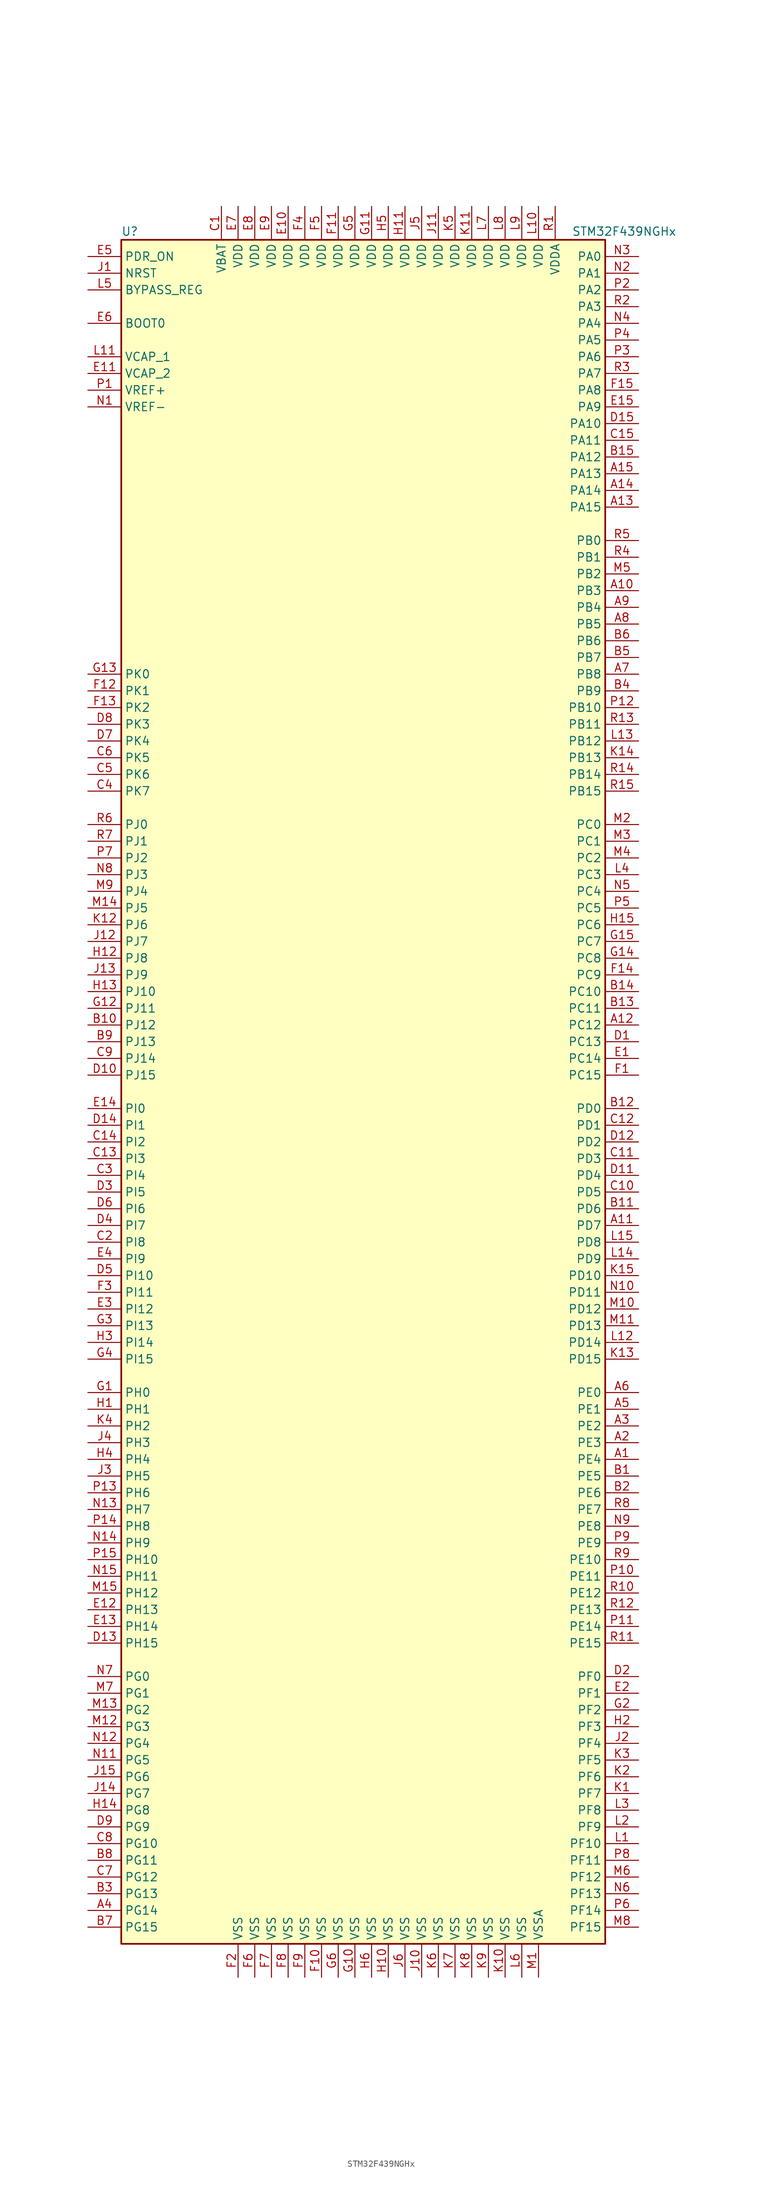
<source format=kicad_sym>
(kicad_symbol_lib
  (version 20211014)
  (generator kicad_symbol_editor)
  (symbol "STM32F439NGHx"
    (property "Reference" "U"
      (at -38.1 130.81 0)
      (effects (font (size 1.27 1.27)) (justify left)))
    (property "Value" "STM32F439NGHx"
      (at 30.48 130.81 0)
      (effects (font (size 1.27 1.27)) (justify left)))
    (symbol "STM32F439NGHx_0_1"
      (rectangle (start -38.1 -129.54) (end 35.56 129.54) (stroke (width 0.254) (type default) (color 0 0 0 0)) (fill (type background))))
    (symbol "STM32F439NGHx_1_1"
      (pin bidirectional line (at 40.64 -55.88 180) (length 5.08) (name "PE4" (effects (font (size 1.27 1.27)))) (number "A1" (effects (font (size 1.27 1.27)))))
      (pin bidirectional line (at 40.64 76.2 180) (length 5.08) (name "PB3" (effects (font (size 1.27 1.27)))) (number "A10" (effects (font (size 1.27 1.27)))))
      (pin bidirectional line (at 40.64 -20.32 180) (length 5.08) (name "PD7" (effects (font (size 1.27 1.27)))) (number "A11" (effects (font (size 1.27 1.27)))))
      (pin bidirectional line (at 40.64 10.16 180) (length 5.08) (name "PC12" (effects (font (size 1.27 1.27)))) (number "A12" (effects (font (size 1.27 1.27)))))
      (pin bidirectional line (at 40.64 88.9 180) (length 5.08) (name "PA15" (effects (font (size 1.27 1.27)))) (number "A13" (effects (font (size 1.27 1.27)))))
      (pin bidirectional line (at 40.64 91.44 180) (length 5.08) (name "PA14" (effects (font (size 1.27 1.27)))) (number "A14" (effects (font (size 1.27 1.27)))))
      (pin bidirectional line (at 40.64 93.98 180) (length 5.08) (name "PA13" (effects (font (size 1.27 1.27)))) (number "A15" (effects (font (size 1.27 1.27)))))
      (pin bidirectional line (at 40.64 -53.34 180) (length 5.08) (name "PE3" (effects (font (size 1.27 1.27)))) (number "A2" (effects (font (size 1.27 1.27)))))
      (pin bidirectional line (at 40.64 -50.8 180) (length 5.08) (name "PE2" (effects (font (size 1.27 1.27)))) (number "A3" (effects (font (size 1.27 1.27)))))
      (pin bidirectional line (at -43.18 -124.46 0) (length 5.08) (name "PG14" (effects (font (size 1.27 1.27)))) (number "A4" (effects (font (size 1.27 1.27)))))
      (pin bidirectional line (at 40.64 -48.26 180) (length 5.08) (name "PE1" (effects (font (size 1.27 1.27)))) (number "A5" (effects (font (size 1.27 1.27)))))
      (pin bidirectional line (at 40.64 -45.72 180) (length 5.08) (name "PE0" (effects (font (size 1.27 1.27)))) (number "A6" (effects (font (size 1.27 1.27)))))
      (pin bidirectional line (at 40.64 63.5 180) (length 5.08) (name "PB8" (effects (font (size 1.27 1.27)))) (number "A7" (effects (font (size 1.27 1.27)))))
      (pin bidirectional line (at 40.64 71.12 180) (length 5.08) (name "PB5" (effects (font (size 1.27 1.27)))) (number "A8" (effects (font (size 1.27 1.27)))))
      (pin bidirectional line (at 40.64 73.66 180) (length 5.08) (name "PB4" (effects (font (size 1.27 1.27)))) (number "A9" (effects (font (size 1.27 1.27)))))
      (pin bidirectional line (at 40.64 -58.42 180) (length 5.08) (name "PE5" (effects (font (size 1.27 1.27)))) (number "B1" (effects (font (size 1.27 1.27)))))
      (pin bidirectional line (at -43.18 10.16 0) (length 5.08) (name "PJ12" (effects (font (size 1.27 1.27)))) (number "B10" (effects (font (size 1.27 1.27)))))
      (pin bidirectional line (at 40.64 -17.78 180) (length 5.08) (name "PD6" (effects (font (size 1.27 1.27)))) (number "B11" (effects (font (size 1.27 1.27)))))
      (pin bidirectional line (at 40.64 -2.54 180) (length 5.08) (name "PD0" (effects (font (size 1.27 1.27)))) (number "B12" (effects (font (size 1.27 1.27)))))
      (pin bidirectional line (at 40.64 12.7 180) (length 5.08) (name "PC11" (effects (font (size 1.27 1.27)))) (number "B13" (effects (font (size 1.27 1.27)))))
      (pin bidirectional line (at 40.64 15.24 180) (length 5.08) (name "PC10" (effects (font (size 1.27 1.27)))) (number "B14" (effects (font (size 1.27 1.27)))))
      (pin bidirectional line (at 40.64 96.52 180) (length 5.08) (name "PA12" (effects (font (size 1.27 1.27)))) (number "B15" (effects (font (size 1.27 1.27)))))
      (pin bidirectional line (at 40.64 -60.96 180) (length 5.08) (name "PE6" (effects (font (size 1.27 1.27)))) (number "B2" (effects (font (size 1.27 1.27)))))
      (pin bidirectional line (at -43.18 -121.92 0) (length 5.08) (name "PG13" (effects (font (size 1.27 1.27)))) (number "B3" (effects (font (size 1.27 1.27)))))
      (pin bidirectional line (at 40.64 60.96 180) (length 5.08) (name "PB9" (effects (font (size 1.27 1.27)))) (number "B4" (effects (font (size 1.27 1.27)))))
      (pin bidirectional line (at 40.64 66.04 180) (length 5.08) (name "PB7" (effects (font (size 1.27 1.27)))) (number "B5" (effects (font (size 1.27 1.27)))))
      (pin bidirectional line (at 40.64 68.58 180) (length 5.08) (name "PB6" (effects (font (size 1.27 1.27)))) (number "B6" (effects (font (size 1.27 1.27)))))
      (pin bidirectional line (at -43.18 -127 0) (length 5.08) (name "PG15" (effects (font (size 1.27 1.27)))) (number "B7" (effects (font (size 1.27 1.27)))))
      (pin bidirectional line (at -43.18 -116.84 0) (length 5.08) (name "PG11" (effects (font (size 1.27 1.27)))) (number "B8" (effects (font (size 1.27 1.27)))))
      (pin bidirectional line (at -43.18 7.62 0) (length 5.08) (name "PJ13" (effects (font (size 1.27 1.27)))) (number "B9" (effects (font (size 1.27 1.27)))))
      (pin power_in line (at -22.86 134.62 270) (length 5.08) (name "VBAT" (effects (font (size 1.27 1.27)))) (number "C1" (effects (font (size 1.27 1.27)))))
      (pin bidirectional line (at 40.64 -15.24 180) (length 5.08) (name "PD5" (effects (font (size 1.27 1.27)))) (number "C10" (effects (font (size 1.27 1.27)))))
      (pin bidirectional line (at 40.64 -10.16 180) (length 5.08) (name "PD3" (effects (font (size 1.27 1.27)))) (number "C11" (effects (font (size 1.27 1.27)))))
      (pin bidirectional line (at 40.64 -5.08 180) (length 5.08) (name "PD1" (effects (font (size 1.27 1.27)))) (number "C12" (effects (font (size 1.27 1.27)))))
      (pin bidirectional line (at -43.18 -10.16 0) (length 5.08) (name "PI3" (effects (font (size 1.27 1.27)))) (number "C13" (effects (font (size 1.27 1.27)))))
      (pin bidirectional line (at -43.18 -7.62 0) (length 5.08) (name "PI2" (effects (font (size 1.27 1.27)))) (number "C14" (effects (font (size 1.27 1.27)))))
      (pin bidirectional line (at 40.64 99.06 180) (length 5.08) (name "PA11" (effects (font (size 1.27 1.27)))) (number "C15" (effects (font (size 1.27 1.27)))))
      (pin bidirectional line (at -43.18 -22.86 0) (length 5.08) (name "PI8" (effects (font (size 1.27 1.27)))) (number "C2" (effects (font (size 1.27 1.27)))))
      (pin bidirectional line (at -43.18 -12.7 0) (length 5.08) (name "PI4" (effects (font (size 1.27 1.27)))) (number "C3" (effects (font (size 1.27 1.27)))))
      (pin bidirectional line (at -43.18 45.72 0) (length 5.08) (name "PK7" (effects (font (size 1.27 1.27)))) (number "C4" (effects (font (size 1.27 1.27)))))
      (pin bidirectional line (at -43.18 48.26 0) (length 5.08) (name "PK6" (effects (font (size 1.27 1.27)))) (number "C5" (effects (font (size 1.27 1.27)))))
      (pin bidirectional line (at -43.18 50.8 0) (length 5.08) (name "PK5" (effects (font (size 1.27 1.27)))) (number "C6" (effects (font (size 1.27 1.27)))))
      (pin bidirectional line (at -43.18 -119.38 0) (length 5.08) (name "PG12" (effects (font (size 1.27 1.27)))) (number "C7" (effects (font (size 1.27 1.27)))))
      (pin bidirectional line (at -43.18 -114.3 0) (length 5.08) (name "PG10" (effects (font (size 1.27 1.27)))) (number "C8" (effects (font (size 1.27 1.27)))))
      (pin bidirectional line (at -43.18 5.08 0) (length 5.08) (name "PJ14" (effects (font (size 1.27 1.27)))) (number "C9" (effects (font (size 1.27 1.27)))))
      (pin bidirectional line (at 40.64 7.62 180) (length 5.08) (name "PC13" (effects (font (size 1.27 1.27)))) (number "D1" (effects (font (size 1.27 1.27)))))
      (pin bidirectional line (at -43.18 2.54 0) (length 5.08) (name "PJ15" (effects (font (size 1.27 1.27)))) (number "D10" (effects (font (size 1.27 1.27)))))
      (pin bidirectional line (at 40.64 -12.7 180) (length 5.08) (name "PD4" (effects (font (size 1.27 1.27)))) (number "D11" (effects (font (size 1.27 1.27)))))
      (pin bidirectional line (at 40.64 -7.62 180) (length 5.08) (name "PD2" (effects (font (size 1.27 1.27)))) (number "D12" (effects (font (size 1.27 1.27)))))
      (pin bidirectional line (at -43.18 -83.82 0) (length 5.08) (name "PH15" (effects (font (size 1.27 1.27)))) (number "D13" (effects (font (size 1.27 1.27)))))
      (pin bidirectional line (at -43.18 -5.08 0) (length 5.08) (name "PI1" (effects (font (size 1.27 1.27)))) (number "D14" (effects (font (size 1.27 1.27)))))
      (pin bidirectional line (at 40.64 101.6 180) (length 5.08) (name "PA10" (effects (font (size 1.27 1.27)))) (number "D15" (effects (font (size 1.27 1.27)))))
      (pin bidirectional line (at 40.64 -88.9 180) (length 5.08) (name "PF0" (effects (font (size 1.27 1.27)))) (number "D2" (effects (font (size 1.27 1.27)))))
      (pin bidirectional line (at -43.18 -15.24 0) (length 5.08) (name "PI5" (effects (font (size 1.27 1.27)))) (number "D3" (effects (font (size 1.27 1.27)))))
      (pin bidirectional line (at -43.18 -20.32 0) (length 5.08) (name "PI7" (effects (font (size 1.27 1.27)))) (number "D4" (effects (font (size 1.27 1.27)))))
      (pin bidirectional line (at -43.18 -27.94 0) (length 5.08) (name "PI10" (effects (font (size 1.27 1.27)))) (number "D5" (effects (font (size 1.27 1.27)))))
      (pin bidirectional line (at -43.18 -17.78 0) (length 5.08) (name "PI6" (effects (font (size 1.27 1.27)))) (number "D6" (effects (font (size 1.27 1.27)))))
      (pin bidirectional line (at -43.18 53.34 0) (length 5.08) (name "PK4" (effects (font (size 1.27 1.27)))) (number "D7" (effects (font (size 1.27 1.27)))))
      (pin bidirectional line (at -43.18 55.88 0) (length 5.08) (name "PK3" (effects (font (size 1.27 1.27)))) (number "D8" (effects (font (size 1.27 1.27)))))
      (pin bidirectional line (at -43.18 -111.76 0) (length 5.08) (name "PG9" (effects (font (size 1.27 1.27)))) (number "D9" (effects (font (size 1.27 1.27)))))
      (pin bidirectional line (at 40.64 5.08 180) (length 5.08) (name "PC14" (effects (font (size 1.27 1.27)))) (number "E1" (effects (font (size 1.27 1.27)))))
      (pin power_in line (at -12.7 134.62 270) (length 5.08) (name "VDD" (effects (font (size 1.27 1.27)))) (number "E10" (effects (font (size 1.27 1.27)))))
      (pin power_in line (at -43.18 109.22 0) (length 5.08) (name "VCAP_2" (effects (font (size 1.27 1.27)))) (number "E11" (effects (font (size 1.27 1.27)))))
      (pin bidirectional line (at -43.18 -78.74 0) (length 5.08) (name "PH13" (effects (font (size 1.27 1.27)))) (number "E12" (effects (font (size 1.27 1.27)))))
      (pin bidirectional line (at -43.18 -81.28 0) (length 5.08) (name "PH14" (effects (font (size 1.27 1.27)))) (number "E13" (effects (font (size 1.27 1.27)))))
      (pin bidirectional line (at -43.18 -2.54 0) (length 5.08) (name "PI0" (effects (font (size 1.27 1.27)))) (number "E14" (effects (font (size 1.27 1.27)))))
      (pin bidirectional line (at 40.64 104.14 180) (length 5.08) (name "PA9" (effects (font (size 1.27 1.27)))) (number "E15" (effects (font (size 1.27 1.27)))))
      (pin bidirectional line (at 40.64 -91.44 180) (length 5.08) (name "PF1" (effects (font (size 1.27 1.27)))) (number "E2" (effects (font (size 1.27 1.27)))))
      (pin bidirectional line (at -43.18 -33.02 0) (length 5.08) (name "PI12" (effects (font (size 1.27 1.27)))) (number "E3" (effects (font (size 1.27 1.27)))))
      (pin bidirectional line (at -43.18 -25.4 0) (length 5.08) (name "PI9" (effects (font (size 1.27 1.27)))) (number "E4" (effects (font (size 1.27 1.27)))))
      (pin input line (at -43.18 127 0) (length 5.08) (name "PDR_ON" (effects (font (size 1.27 1.27)))) (number "E5" (effects (font (size 1.27 1.27)))))
      (pin input line (at -43.18 116.84 0) (length 5.08) (name "BOOT0" (effects (font (size 1.27 1.27)))) (number "E6" (effects (font (size 1.27 1.27)))))
      (pin power_in line (at -20.32 134.62 270) (length 5.08) (name "VDD" (effects (font (size 1.27 1.27)))) (number "E7" (effects (font (size 1.27 1.27)))))
      (pin power_in line (at -17.78 134.62 270) (length 5.08) (name "VDD" (effects (font (size 1.27 1.27)))) (number "E8" (effects (font (size 1.27 1.27)))))
      (pin power_in line (at -15.24 134.62 270) (length 5.08) (name "VDD" (effects (font (size 1.27 1.27)))) (number "E9" (effects (font (size 1.27 1.27)))))
      (pin bidirectional line (at 40.64 2.54 180) (length 5.08) (name "PC15" (effects (font (size 1.27 1.27)))) (number "F1" (effects (font (size 1.27 1.27)))))
      (pin power_in line (at -7.62 -134.62 90) (length 5.08) (name "VSS" (effects (font (size 1.27 1.27)))) (number "F10" (effects (font (size 1.27 1.27)))))
      (pin power_in line (at -5.08 134.62 270) (length 5.08) (name "VDD" (effects (font (size 1.27 1.27)))) (number "F11" (effects (font (size 1.27 1.27)))))
      (pin bidirectional line (at -43.18 60.96 0) (length 5.08) (name "PK1" (effects (font (size 1.27 1.27)))) (number "F12" (effects (font (size 1.27 1.27)))))
      (pin bidirectional line (at -43.18 58.42 0) (length 5.08) (name "PK2" (effects (font (size 1.27 1.27)))) (number "F13" (effects (font (size 1.27 1.27)))))
      (pin bidirectional line (at 40.64 17.78 180) (length 5.08) (name "PC9" (effects (font (size 1.27 1.27)))) (number "F14" (effects (font (size 1.27 1.27)))))
      (pin bidirectional line (at 40.64 106.68 180) (length 5.08) (name "PA8" (effects (font (size 1.27 1.27)))) (number "F15" (effects (font (size 1.27 1.27)))))
      (pin power_in line (at -20.32 -134.62 90) (length 5.08) (name "VSS" (effects (font (size 1.27 1.27)))) (number "F2" (effects (font (size 1.27 1.27)))))
      (pin bidirectional line (at -43.18 -30.48 0) (length 5.08) (name "PI11" (effects (font (size 1.27 1.27)))) (number "F3" (effects (font (size 1.27 1.27)))))
      (pin power_in line (at -10.16 134.62 270) (length 5.08) (name "VDD" (effects (font (size 1.27 1.27)))) (number "F4" (effects (font (size 1.27 1.27)))))
      (pin power_in line (at -7.62 134.62 270) (length 5.08) (name "VDD" (effects (font (size 1.27 1.27)))) (number "F5" (effects (font (size 1.27 1.27)))))
      (pin power_in line (at -17.78 -134.62 90) (length 5.08) (name "VSS" (effects (font (size 1.27 1.27)))) (number "F6" (effects (font (size 1.27 1.27)))))
      (pin power_in line (at -15.24 -134.62 90) (length 5.08) (name "VSS" (effects (font (size 1.27 1.27)))) (number "F7" (effects (font (size 1.27 1.27)))))
      (pin power_in line (at -12.7 -134.62 90) (length 5.08) (name "VSS" (effects (font (size 1.27 1.27)))) (number "F8" (effects (font (size 1.27 1.27)))))
      (pin power_in line (at -10.16 -134.62 90) (length 5.08) (name "VSS" (effects (font (size 1.27 1.27)))) (number "F9" (effects (font (size 1.27 1.27)))))
      (pin input line (at -43.18 -45.72 0) (length 5.08) (name "PH0" (effects (font (size 1.27 1.27)))) (number "G1" (effects (font (size 1.27 1.27)))))
      (pin power_in line (at -2.54 -134.62 90) (length 5.08) (name "VSS" (effects (font (size 1.27 1.27)))) (number "G10" (effects (font (size 1.27 1.27)))))
      (pin power_in line (at 0 134.62 270) (length 5.08) (name "VDD" (effects (font (size 1.27 1.27)))) (number "G11" (effects (font (size 1.27 1.27)))))
      (pin bidirectional line (at -43.18 12.7 0) (length 5.08) (name "PJ11" (effects (font (size 1.27 1.27)))) (number "G12" (effects (font (size 1.27 1.27)))))
      (pin bidirectional line (at -43.18 63.5 0) (length 5.08) (name "PK0" (effects (font (size 1.27 1.27)))) (number "G13" (effects (font (size 1.27 1.27)))))
      (pin bidirectional line (at 40.64 20.32 180) (length 5.08) (name "PC8" (effects (font (size 1.27 1.27)))) (number "G14" (effects (font (size 1.27 1.27)))))
      (pin bidirectional line (at 40.64 22.86 180) (length 5.08) (name "PC7" (effects (font (size 1.27 1.27)))) (number "G15" (effects (font (size 1.27 1.27)))))
      (pin bidirectional line (at 40.64 -93.98 180) (length 5.08) (name "PF2" (effects (font (size 1.27 1.27)))) (number "G2" (effects (font (size 1.27 1.27)))))
      (pin bidirectional line (at -43.18 -35.56 0) (length 5.08) (name "PI13" (effects (font (size 1.27 1.27)))) (number "G3" (effects (font (size 1.27 1.27)))))
      (pin bidirectional line (at -43.18 -40.64 0) (length 5.08) (name "PI15" (effects (font (size 1.27 1.27)))) (number "G4" (effects (font (size 1.27 1.27)))))
      (pin power_in line (at -2.54 134.62 270) (length 5.08) (name "VDD" (effects (font (size 1.27 1.27)))) (number "G5" (effects (font (size 1.27 1.27)))))
      (pin power_in line (at -5.08 -134.62 90) (length 5.08) (name "VSS" (effects (font (size 1.27 1.27)))) (number "G6" (effects (font (size 1.27 1.27)))))
      (pin input line (at -43.18 -48.26 0) (length 5.08) (name "PH1" (effects (font (size 1.27 1.27)))) (number "H1" (effects (font (size 1.27 1.27)))))
      (pin power_in line (at 2.54 -134.62 90) (length 5.08) (name "VSS" (effects (font (size 1.27 1.27)))) (number "H10" (effects (font (size 1.27 1.27)))))
      (pin power_in line (at 5.08 134.62 270) (length 5.08) (name "VDD" (effects (font (size 1.27 1.27)))) (number "H11" (effects (font (size 1.27 1.27)))))
      (pin bidirectional line (at -43.18 20.32 0) (length 5.08) (name "PJ8" (effects (font (size 1.27 1.27)))) (number "H12" (effects (font (size 1.27 1.27)))))
      (pin bidirectional line (at -43.18 15.24 0) (length 5.08) (name "PJ10" (effects (font (size 1.27 1.27)))) (number "H13" (effects (font (size 1.27 1.27)))))
      (pin bidirectional line (at -43.18 -109.22 0) (length 5.08) (name "PG8" (effects (font (size 1.27 1.27)))) (number "H14" (effects (font (size 1.27 1.27)))))
      (pin bidirectional line (at 40.64 25.4 180) (length 5.08) (name "PC6" (effects (font (size 1.27 1.27)))) (number "H15" (effects (font (size 1.27 1.27)))))
      (pin bidirectional line (at 40.64 -96.52 180) (length 5.08) (name "PF3" (effects (font (size 1.27 1.27)))) (number "H2" (effects (font (size 1.27 1.27)))))
      (pin bidirectional line (at -43.18 -38.1 0) (length 5.08) (name "PI14" (effects (font (size 1.27 1.27)))) (number "H3" (effects (font (size 1.27 1.27)))))
      (pin bidirectional line (at -43.18 -55.88 0) (length 5.08) (name "PH4" (effects (font (size 1.27 1.27)))) (number "H4" (effects (font (size 1.27 1.27)))))
      (pin power_in line (at 2.54 134.62 270) (length 5.08) (name "VDD" (effects (font (size 1.27 1.27)))) (number "H5" (effects (font (size 1.27 1.27)))))
      (pin power_in line (at 0 -134.62 90) (length 5.08) (name "VSS" (effects (font (size 1.27 1.27)))) (number "H6" (effects (font (size 1.27 1.27)))))
      (pin input line (at -43.18 124.46 0) (length 5.08) (name "NRST" (effects (font (size 1.27 1.27)))) (number "J1" (effects (font (size 1.27 1.27)))))
      (pin power_in line (at 7.62 -134.62 90) (length 5.08) (name "VSS" (effects (font (size 1.27 1.27)))) (number "J10" (effects (font (size 1.27 1.27)))))
      (pin power_in line (at 10.16 134.62 270) (length 5.08) (name "VDD" (effects (font (size 1.27 1.27)))) (number "J11" (effects (font (size 1.27 1.27)))))
      (pin bidirectional line (at -43.18 22.86 0) (length 5.08) (name "PJ7" (effects (font (size 1.27 1.27)))) (number "J12" (effects (font (size 1.27 1.27)))))
      (pin bidirectional line (at -43.18 17.78 0) (length 5.08) (name "PJ9" (effects (font (size 1.27 1.27)))) (number "J13" (effects (font (size 1.27 1.27)))))
      (pin bidirectional line (at -43.18 -106.68 0) (length 5.08) (name "PG7" (effects (font (size 1.27 1.27)))) (number "J14" (effects (font (size 1.27 1.27)))))
      (pin bidirectional line (at -43.18 -104.14 0) (length 5.08) (name "PG6" (effects (font (size 1.27 1.27)))) (number "J15" (effects (font (size 1.27 1.27)))))
      (pin bidirectional line (at 40.64 -99.06 180) (length 5.08) (name "PF4" (effects (font (size 1.27 1.27)))) (number "J2" (effects (font (size 1.27 1.27)))))
      (pin bidirectional line (at -43.18 -58.42 0) (length 5.08) (name "PH5" (effects (font (size 1.27 1.27)))) (number "J3" (effects (font (size 1.27 1.27)))))
      (pin bidirectional line (at -43.18 -53.34 0) (length 5.08) (name "PH3" (effects (font (size 1.27 1.27)))) (number "J4" (effects (font (size 1.27 1.27)))))
      (pin power_in line (at 7.62 134.62 270) (length 5.08) (name "VDD" (effects (font (size 1.27 1.27)))) (number "J5" (effects (font (size 1.27 1.27)))))
      (pin power_in line (at 5.08 -134.62 90) (length 5.08) (name "VSS" (effects (font (size 1.27 1.27)))) (number "J6" (effects (font (size 1.27 1.27)))))
      (pin bidirectional line (at 40.64 -106.68 180) (length 5.08) (name "PF7" (effects (font (size 1.27 1.27)))) (number "K1" (effects (font (size 1.27 1.27)))))
      (pin power_in line (at 20.32 -134.62 90) (length 5.08) (name "VSS" (effects (font (size 1.27 1.27)))) (number "K10" (effects (font (size 1.27 1.27)))))
      (pin power_in line (at 15.24 134.62 270) (length 5.08) (name "VDD" (effects (font (size 1.27 1.27)))) (number "K11" (effects (font (size 1.27 1.27)))))
      (pin bidirectional line (at -43.18 25.4 0) (length 5.08) (name "PJ6" (effects (font (size 1.27 1.27)))) (number "K12" (effects (font (size 1.27 1.27)))))
      (pin bidirectional line (at 40.64 -40.64 180) (length 5.08) (name "PD15" (effects (font (size 1.27 1.27)))) (number "K13" (effects (font (size 1.27 1.27)))))
      (pin bidirectional line (at 40.64 50.8 180) (length 5.08) (name "PB13" (effects (font (size 1.27 1.27)))) (number "K14" (effects (font (size 1.27 1.27)))))
      (pin bidirectional line (at 40.64 -27.94 180) (length 5.08) (name "PD10" (effects (font (size 1.27 1.27)))) (number "K15" (effects (font (size 1.27 1.27)))))
      (pin bidirectional line (at 40.64 -104.14 180) (length 5.08) (name "PF6" (effects (font (size 1.27 1.27)))) (number "K2" (effects (font (size 1.27 1.27)))))
      (pin bidirectional line (at 40.64 -101.6 180) (length 5.08) (name "PF5" (effects (font (size 1.27 1.27)))) (number "K3" (effects (font (size 1.27 1.27)))))
      (pin bidirectional line (at -43.18 -50.8 0) (length 5.08) (name "PH2" (effects (font (size 1.27 1.27)))) (number "K4" (effects (font (size 1.27 1.27)))))
      (pin power_in line (at 12.7 134.62 270) (length 5.08) (name "VDD" (effects (font (size 1.27 1.27)))) (number "K5" (effects (font (size 1.27 1.27)))))
      (pin power_in line (at 10.16 -134.62 90) (length 5.08) (name "VSS" (effects (font (size 1.27 1.27)))) (number "K6" (effects (font (size 1.27 1.27)))))
      (pin power_in line (at 12.7 -134.62 90) (length 5.08) (name "VSS" (effects (font (size 1.27 1.27)))) (number "K7" (effects (font (size 1.27 1.27)))))
      (pin power_in line (at 15.24 -134.62 90) (length 5.08) (name "VSS" (effects (font (size 1.27 1.27)))) (number "K8" (effects (font (size 1.27 1.27)))))
      (pin power_in line (at 17.78 -134.62 90) (length 5.08) (name "VSS" (effects (font (size 1.27 1.27)))) (number "K9" (effects (font (size 1.27 1.27)))))
      (pin bidirectional line (at 40.64 -114.3 180) (length 5.08) (name "PF10" (effects (font (size 1.27 1.27)))) (number "L1" (effects (font (size 1.27 1.27)))))
      (pin power_in line (at 25.4 134.62 270) (length 5.08) (name "VDD" (effects (font (size 1.27 1.27)))) (number "L10" (effects (font (size 1.27 1.27)))))
      (pin power_in line (at -43.18 111.76 0) (length 5.08) (name "VCAP_1" (effects (font (size 1.27 1.27)))) (number "L11" (effects (font (size 1.27 1.27)))))
      (pin bidirectional line (at 40.64 -38.1 180) (length 5.08) (name "PD14" (effects (font (size 1.27 1.27)))) (number "L12" (effects (font (size 1.27 1.27)))))
      (pin bidirectional line (at 40.64 53.34 180) (length 5.08) (name "PB12" (effects (font (size 1.27 1.27)))) (number "L13" (effects (font (size 1.27 1.27)))))
      (pin bidirectional line (at 40.64 -25.4 180) (length 5.08) (name "PD9" (effects (font (size 1.27 1.27)))) (number "L14" (effects (font (size 1.27 1.27)))))
      (pin bidirectional line (at 40.64 -22.86 180) (length 5.08) (name "PD8" (effects (font (size 1.27 1.27)))) (number "L15" (effects (font (size 1.27 1.27)))))
      (pin bidirectional line (at 40.64 -111.76 180) (length 5.08) (name "PF9" (effects (font (size 1.27 1.27)))) (number "L2" (effects (font (size 1.27 1.27)))))
      (pin bidirectional line (at 40.64 -109.22 180) (length 5.08) (name "PF8" (effects (font (size 1.27 1.27)))) (number "L3" (effects (font (size 1.27 1.27)))))
      (pin bidirectional line (at 40.64 33.02 180) (length 5.08) (name "PC3" (effects (font (size 1.27 1.27)))) (number "L4" (effects (font (size 1.27 1.27)))))
      (pin input line (at -43.18 121.92 0) (length 5.08) (name "BYPASS_REG" (effects (font (size 1.27 1.27)))) (number "L5" (effects (font (size 1.27 1.27)))))
      (pin power_in line (at 22.86 -134.62 90) (length 5.08) (name "VSS" (effects (font (size 1.27 1.27)))) (number "L6" (effects (font (size 1.27 1.27)))))
      (pin power_in line (at 17.78 134.62 270) (length 5.08) (name "VDD" (effects (font (size 1.27 1.27)))) (number "L7" (effects (font (size 1.27 1.27)))))
      (pin power_in line (at 20.32 134.62 270) (length 5.08) (name "VDD" (effects (font (size 1.27 1.27)))) (number "L8" (effects (font (size 1.27 1.27)))))
      (pin power_in line (at 22.86 134.62 270) (length 5.08) (name "VDD" (effects (font (size 1.27 1.27)))) (number "L9" (effects (font (size 1.27 1.27)))))
      (pin power_in line (at 25.4 -134.62 90) (length 5.08) (name "VSSA" (effects (font (size 1.27 1.27)))) (number "M1" (effects (font (size 1.27 1.27)))))
      (pin bidirectional line (at 40.64 -33.02 180) (length 5.08) (name "PD12" (effects (font (size 1.27 1.27)))) (number "M10" (effects (font (size 1.27 1.27)))))
      (pin bidirectional line (at 40.64 -35.56 180) (length 5.08) (name "PD13" (effects (font (size 1.27 1.27)))) (number "M11" (effects (font (size 1.27 1.27)))))
      (pin bidirectional line (at -43.18 -96.52 0) (length 5.08) (name "PG3" (effects (font (size 1.27 1.27)))) (number "M12" (effects (font (size 1.27 1.27)))))
      (pin bidirectional line (at -43.18 -93.98 0) (length 5.08) (name "PG2" (effects (font (size 1.27 1.27)))) (number "M13" (effects (font (size 1.27 1.27)))))
      (pin bidirectional line (at -43.18 27.94 0) (length 5.08) (name "PJ5" (effects (font (size 1.27 1.27)))) (number "M14" (effects (font (size 1.27 1.27)))))
      (pin bidirectional line (at -43.18 -76.2 0) (length 5.08) (name "PH12" (effects (font (size 1.27 1.27)))) (number "M15" (effects (font (size 1.27 1.27)))))
      (pin bidirectional line (at 40.64 40.64 180) (length 5.08) (name "PC0" (effects (font (size 1.27 1.27)))) (number "M2" (effects (font (size 1.27 1.27)))))
      (pin bidirectional line (at 40.64 38.1 180) (length 5.08) (name "PC1" (effects (font (size 1.27 1.27)))) (number "M3" (effects (font (size 1.27 1.27)))))
      (pin bidirectional line (at 40.64 35.56 180) (length 5.08) (name "PC2" (effects (font (size 1.27 1.27)))) (number "M4" (effects (font (size 1.27 1.27)))))
      (pin bidirectional line (at 40.64 78.74 180) (length 5.08) (name "PB2" (effects (font (size 1.27 1.27)))) (number "M5" (effects (font (size 1.27 1.27)))))
      (pin bidirectional line (at 40.64 -119.38 180) (length 5.08) (name "PF12" (effects (font (size 1.27 1.27)))) (number "M6" (effects (font (size 1.27 1.27)))))
      (pin bidirectional line (at -43.18 -91.44 0) (length 5.08) (name "PG1" (effects (font (size 1.27 1.27)))) (number "M7" (effects (font (size 1.27 1.27)))))
      (pin bidirectional line (at 40.64 -127 180) (length 5.08) (name "PF15" (effects (font (size 1.27 1.27)))) (number "M8" (effects (font (size 1.27 1.27)))))
      (pin bidirectional line (at -43.18 30.48 0) (length 5.08) (name "PJ4" (effects (font (size 1.27 1.27)))) (number "M9" (effects (font (size 1.27 1.27)))))
      (pin power_in line (at -43.18 104.14 0) (length 5.08) (name "VREF-" (effects (font (size 1.27 1.27)))) (number "N1" (effects (font (size 1.27 1.27)))))
      (pin bidirectional line (at 40.64 -30.48 180) (length 5.08) (name "PD11" (effects (font (size 1.27 1.27)))) (number "N10" (effects (font (size 1.27 1.27)))))
      (pin bidirectional line (at -43.18 -101.6 0) (length 5.08) (name "PG5" (effects (font (size 1.27 1.27)))) (number "N11" (effects (font (size 1.27 1.27)))))
      (pin bidirectional line (at -43.18 -99.06 0) (length 5.08) (name "PG4" (effects (font (size 1.27 1.27)))) (number "N12" (effects (font (size 1.27 1.27)))))
      (pin bidirectional line (at -43.18 -63.5 0) (length 5.08) (name "PH7" (effects (font (size 1.27 1.27)))) (number "N13" (effects (font (size 1.27 1.27)))))
      (pin bidirectional line (at -43.18 -68.58 0) (length 5.08) (name "PH9" (effects (font (size 1.27 1.27)))) (number "N14" (effects (font (size 1.27 1.27)))))
      (pin bidirectional line (at -43.18 -73.66 0) (length 5.08) (name "PH11" (effects (font (size 1.27 1.27)))) (number "N15" (effects (font (size 1.27 1.27)))))
      (pin bidirectional line (at 40.64 124.46 180) (length 5.08) (name "PA1" (effects (font (size 1.27 1.27)))) (number "N2" (effects (font (size 1.27 1.27)))))
      (pin bidirectional line (at 40.64 127 180) (length 5.08) (name "PA0" (effects (font (size 1.27 1.27)))) (number "N3" (effects (font (size 1.27 1.27)))))
      (pin bidirectional line (at 40.64 116.84 180) (length 5.08) (name "PA4" (effects (font (size 1.27 1.27)))) (number "N4" (effects (font (size 1.27 1.27)))))
      (pin bidirectional line (at 40.64 30.48 180) (length 5.08) (name "PC4" (effects (font (size 1.27 1.27)))) (number "N5" (effects (font (size 1.27 1.27)))))
      (pin bidirectional line (at 40.64 -121.92 180) (length 5.08) (name "PF13" (effects (font (size 1.27 1.27)))) (number "N6" (effects (font (size 1.27 1.27)))))
      (pin bidirectional line (at -43.18 -88.9 0) (length 5.08) (name "PG0" (effects (font (size 1.27 1.27)))) (number "N7" (effects (font (size 1.27 1.27)))))
      (pin bidirectional line (at -43.18 33.02 0) (length 5.08) (name "PJ3" (effects (font (size 1.27 1.27)))) (number "N8" (effects (font (size 1.27 1.27)))))
      (pin bidirectional line (at 40.64 -66.04 180) (length 5.08) (name "PE8" (effects (font (size 1.27 1.27)))) (number "N9" (effects (font (size 1.27 1.27)))))
      (pin power_in line (at -43.18 106.68 0) (length 5.08) (name "VREF+" (effects (font (size 1.27 1.27)))) (number "P1" (effects (font (size 1.27 1.27)))))
      (pin bidirectional line (at 40.64 -73.66 180) (length 5.08) (name "PE11" (effects (font (size 1.27 1.27)))) (number "P10" (effects (font (size 1.27 1.27)))))
      (pin bidirectional line (at 40.64 -81.28 180) (length 5.08) (name "PE14" (effects (font (size 1.27 1.27)))) (number "P11" (effects (font (size 1.27 1.27)))))
      (pin bidirectional line (at 40.64 58.42 180) (length 5.08) (name "PB10" (effects (font (size 1.27 1.27)))) (number "P12" (effects (font (size 1.27 1.27)))))
      (pin bidirectional line (at -43.18 -60.96 0) (length 5.08) (name "PH6" (effects (font (size 1.27 1.27)))) (number "P13" (effects (font (size 1.27 1.27)))))
      (pin bidirectional line (at -43.18 -66.04 0) (length 5.08) (name "PH8" (effects (font (size 1.27 1.27)))) (number "P14" (effects (font (size 1.27 1.27)))))
      (pin bidirectional line (at -43.18 -71.12 0) (length 5.08) (name "PH10" (effects (font (size 1.27 1.27)))) (number "P15" (effects (font (size 1.27 1.27)))))
      (pin bidirectional line (at 40.64 121.92 180) (length 5.08) (name "PA2" (effects (font (size 1.27 1.27)))) (number "P2" (effects (font (size 1.27 1.27)))))
      (pin bidirectional line (at 40.64 111.76 180) (length 5.08) (name "PA6" (effects (font (size 1.27 1.27)))) (number "P3" (effects (font (size 1.27 1.27)))))
      (pin bidirectional line (at 40.64 114.3 180) (length 5.08) (name "PA5" (effects (font (size 1.27 1.27)))) (number "P4" (effects (font (size 1.27 1.27)))))
      (pin bidirectional line (at 40.64 27.94 180) (length 5.08) (name "PC5" (effects (font (size 1.27 1.27)))) (number "P5" (effects (font (size 1.27 1.27)))))
      (pin bidirectional line (at 40.64 -124.46 180) (length 5.08) (name "PF14" (effects (font (size 1.27 1.27)))) (number "P6" (effects (font (size 1.27 1.27)))))
      (pin bidirectional line (at -43.18 35.56 0) (length 5.08) (name "PJ2" (effects (font (size 1.27 1.27)))) (number "P7" (effects (font (size 1.27 1.27)))))
      (pin bidirectional line (at 40.64 -116.84 180) (length 5.08) (name "PF11" (effects (font (size 1.27 1.27)))) (number "P8" (effects (font (size 1.27 1.27)))))
      (pin bidirectional line (at 40.64 -68.58 180) (length 5.08) (name "PE9" (effects (font (size 1.27 1.27)))) (number "P9" (effects (font (size 1.27 1.27)))))
      (pin power_in line (at 27.94 134.62 270) (length 5.08) (name "VDDA" (effects (font (size 1.27 1.27)))) (number "R1" (effects (font (size 1.27 1.27)))))
      (pin bidirectional line (at 40.64 -76.2 180) (length 5.08) (name "PE12" (effects (font (size 1.27 1.27)))) (number "R10" (effects (font (size 1.27 1.27)))))
      (pin bidirectional line (at 40.64 -83.82 180) (length 5.08) (name "PE15" (effects (font (size 1.27 1.27)))) (number "R11" (effects (font (size 1.27 1.27)))))
      (pin bidirectional line (at 40.64 -78.74 180) (length 5.08) (name "PE13" (effects (font (size 1.27 1.27)))) (number "R12" (effects (font (size 1.27 1.27)))))
      (pin bidirectional line (at 40.64 55.88 180) (length 5.08) (name "PB11" (effects (font (size 1.27 1.27)))) (number "R13" (effects (font (size 1.27 1.27)))))
      (pin bidirectional line (at 40.64 48.26 180) (length 5.08) (name "PB14" (effects (font (size 1.27 1.27)))) (number "R14" (effects (font (size 1.27 1.27)))))
      (pin bidirectional line (at 40.64 45.72 180) (length 5.08) (name "PB15" (effects (font (size 1.27 1.27)))) (number "R15" (effects (font (size 1.27 1.27)))))
      (pin bidirectional line (at 40.64 119.38 180) (length 5.08) (name "PA3" (effects (font (size 1.27 1.27)))) (number "R2" (effects (font (size 1.27 1.27)))))
      (pin bidirectional line (at 40.64 109.22 180) (length 5.08) (name "PA7" (effects (font (size 1.27 1.27)))) (number "R3" (effects (font (size 1.27 1.27)))))
      (pin bidirectional line (at 40.64 81.28 180) (length 5.08) (name "PB1" (effects (font (size 1.27 1.27)))) (number "R4" (effects (font (size 1.27 1.27)))))
      (pin bidirectional line (at 40.64 83.82 180) (length 5.08) (name "PB0" (effects (font (size 1.27 1.27)))) (number "R5" (effects (font (size 1.27 1.27)))))
      (pin bidirectional line (at -43.18 40.64 0) (length 5.08) (name "PJ0" (effects (font (size 1.27 1.27)))) (number "R6" (effects (font (size 1.27 1.27)))))
      (pin bidirectional line (at -43.18 38.1 0) (length 5.08) (name "PJ1" (effects (font (size 1.27 1.27)))) (number "R7" (effects (font (size 1.27 1.27)))))
      (pin bidirectional line (at 40.64 -63.5 180) (length 5.08) (name "PE7" (effects (font (size 1.27 1.27)))) (number "R8" (effects (font (size 1.27 1.27)))))
      (pin bidirectional line (at 40.64 -71.12 180) (length 5.08) (name "PE10" (effects (font (size 1.27 1.27)))) (number "R9" (effects (font (size 1.27 1.27))))))))
</source>
